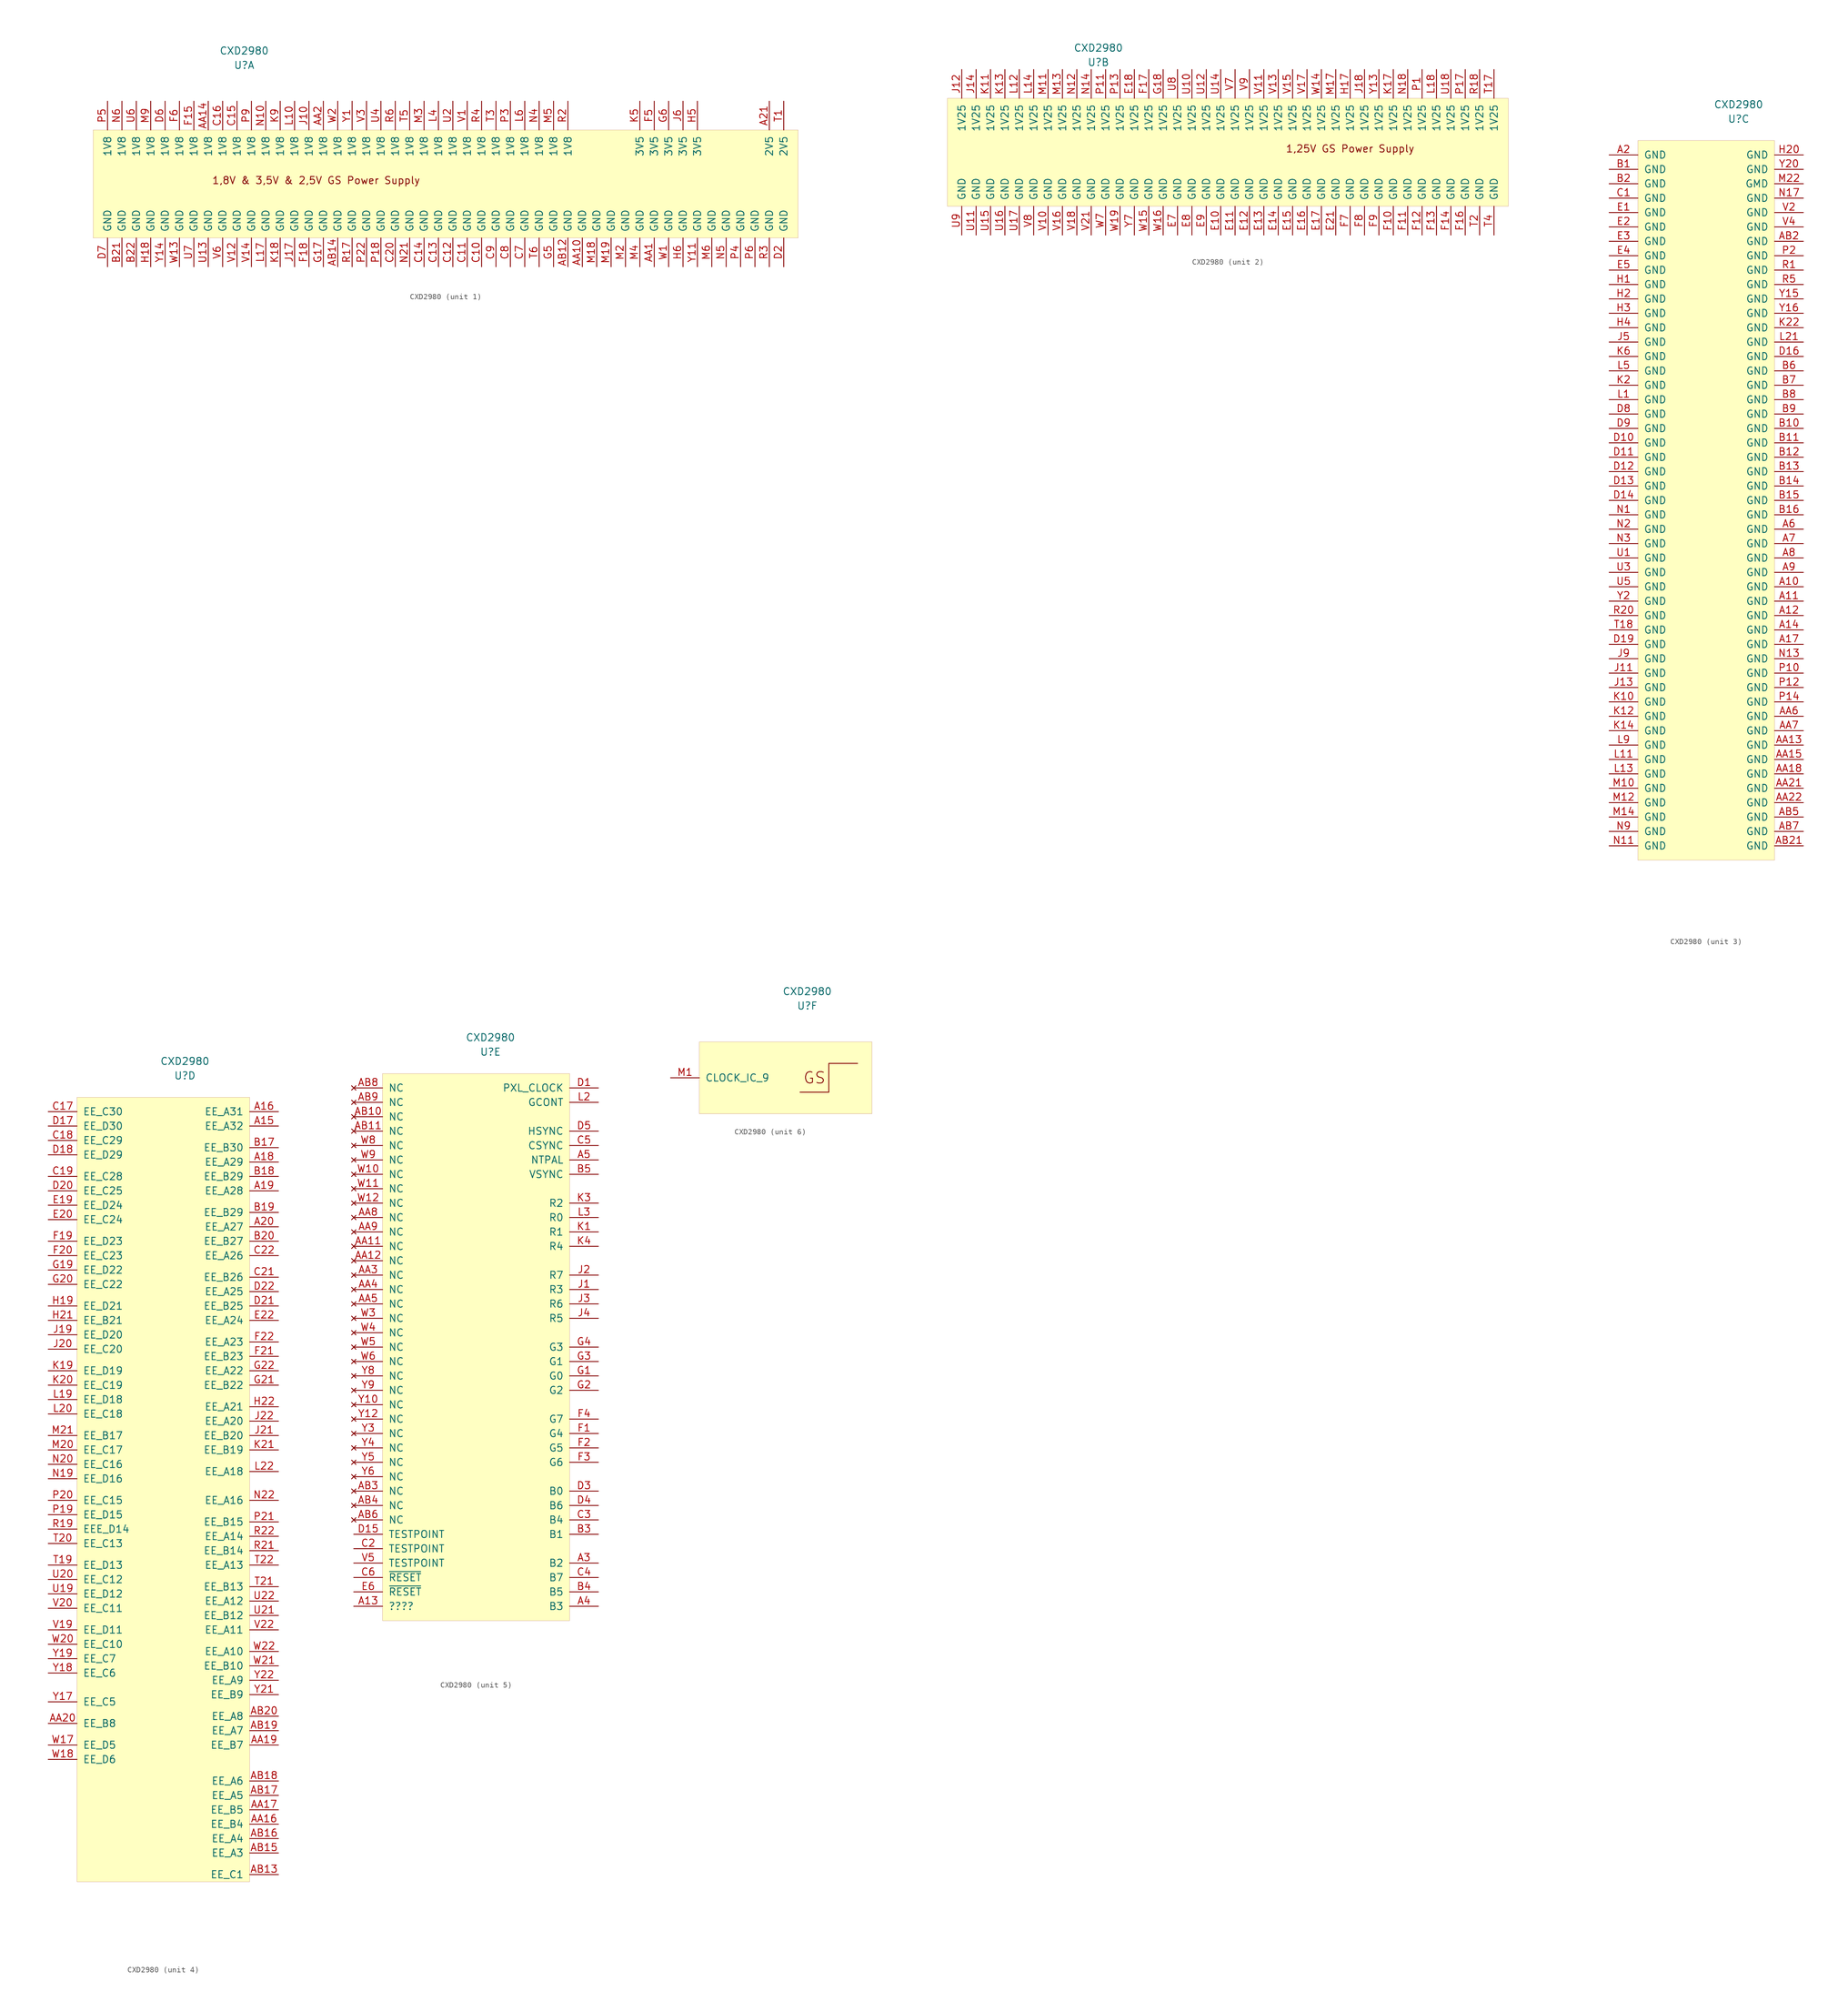
<source format=kicad_sym>
(kicad_symbol_lib
  (version 20220914)
  (generator kicad_symbol_editor)
  (symbol "CXD2980"
    (pin_names
      (offset 1.016))
    (property "Reference" "U"
      (at 24.13 6.35 0)
      (effects (font (size 1.27 1.27))))
    (property "Value" "CXD2980"
      (at 24.13 8.89 0)
      (effects (font (size 1.27 1.27))))
    (property "ki_locked" ""
      (at 0 0 0)
      (effects (font (size 1.27 1.27))))
    (symbol "CXD2980_1_0"
      (rectangle (start -2.54 -5.08) (end 121.92 -24.13) (stroke (width 0.001) (type default)) (fill (type background)))
      (text "1,8V & 3,5V & 2,5V GS Power Supply" (at 36.83 -13.97 0) (effects (font (size 1.27 1.27))))
      (pin passive line (at 116.84 0 270) (length 5.08) (name "2V5" (effects (font (size 1.27 1.27)))) (number "A21" (effects (font (size 1.27 1.27)))))
      (pin passive line (at 96.52 -29.21 90) (length 5.08) (name "GND" (effects (font (size 1.27 1.27)))) (number "AA1" (effects (font (size 1.27 1.27)))))
      (pin passive line (at 83.82 -29.21 90) (length 5.08) (name "GND" (effects (font (size 1.27 1.27)))) (number "AA10" (effects (font (size 1.27 1.27)))))
      (pin passive line (at 17.78 0 270) (length 5.08) (name "1V8" (effects (font (size 1.27 1.27)))) (number "AA14" (effects (font (size 1.27 1.27)))))
      (pin passive line (at 38.1 0 270) (length 5.08) (name "1V8" (effects (font (size 1.27 1.27)))) (number "AA2" (effects (font (size 1.27 1.27)))))
      (pin passive line (at 81.28 -29.21 90) (length 5.08) (name "GND" (effects (font (size 1.27 1.27)))) (number "AB12" (effects (font (size 1.27 1.27)))))
      (pin passive line (at 40.64 -29.21 90) (length 5.08) (name "GND" (effects (font (size 1.27 1.27)))) (number "AB14" (effects (font (size 1.27 1.27)))))
      (pin passive line (at 2.54 -29.21 90) (length 5.08) (name "GND" (effects (font (size 1.27 1.27)))) (number "B21" (effects (font (size 1.27 1.27)))))
      (pin passive line (at 5.08 -29.21 90) (length 5.08) (name "GND" (effects (font (size 1.27 1.27)))) (number "B22" (effects (font (size 1.27 1.27)))))
      (pin passive line (at 66.04 -29.21 90) (length 5.08) (name "GND" (effects (font (size 1.27 1.27)))) (number "C10" (effects (font (size 1.27 1.27)))))
      (pin passive line (at 63.5 -29.21 90) (length 5.08) (name "GND" (effects (font (size 1.27 1.27)))) (number "C11" (effects (font (size 1.27 1.27)))))
      (pin passive line (at 60.96 -29.21 90) (length 5.08) (name "GND" (effects (font (size 1.27 1.27)))) (number "C12" (effects (font (size 1.27 1.27)))))
      (pin passive line (at 58.42 -29.21 90) (length 5.08) (name "GND" (effects (font (size 1.27 1.27)))) (number "C13" (effects (font (size 1.27 1.27)))))
      (pin passive line (at 55.88 -29.21 90) (length 5.08) (name "GND" (effects (font (size 1.27 1.27)))) (number "C14" (effects (font (size 1.27 1.27)))))
      (pin passive line (at 22.86 0 270) (length 5.08) (name "1V8" (effects (font (size 1.27 1.27)))) (number "C15" (effects (font (size 1.27 1.27)))))
      (pin passive line (at 20.32 0 270) (length 5.08) (name "1V8" (effects (font (size 1.27 1.27)))) (number "C16" (effects (font (size 1.27 1.27)))))
      (pin passive line (at 50.8 -29.21 90) (length 5.08) (name "GND" (effects (font (size 1.27 1.27)))) (number "C20" (effects (font (size 1.27 1.27)))))
      (pin passive line (at 73.66 -29.21 90) (length 5.08) (name "GND" (effects (font (size 1.27 1.27)))) (number "C7" (effects (font (size 1.27 1.27)))))
      (pin passive line (at 71.12 -29.21 90) (length 5.08) (name "GND" (effects (font (size 1.27 1.27)))) (number "C8" (effects (font (size 1.27 1.27)))))
      (pin passive line (at 68.58 -29.21 90) (length 5.08) (name "GND" (effects (font (size 1.27 1.27)))) (number "C9" (effects (font (size 1.27 1.27)))))
      (pin passive line (at 119.38 -29.21 90) (length 5.08) (name "GND" (effects (font (size 1.27 1.27)))) (number "D2" (effects (font (size 1.27 1.27)))))
      (pin passive line (at 10.16 0 270) (length 5.08) (name "1V8" (effects (font (size 1.27 1.27)))) (number "D6" (effects (font (size 1.27 1.27)))))
      (pin passive line (at 0 -29.21 90) (length 5.08) (name "GND" (effects (font (size 1.27 1.27)))) (number "D7" (effects (font (size 1.27 1.27)))))
      (pin passive line (at 15.24 0 270) (length 5.08) (name "1V8" (effects (font (size 1.27 1.27)))) (number "F15" (effects (font (size 1.27 1.27)))))
      (pin passive line (at 35.56 -29.21 90) (length 5.08) (name "GND" (effects (font (size 1.27 1.27)))) (number "F18" (effects (font (size 1.27 1.27)))))
      (pin passive line (at 96.52 0 270) (length 5.08) (name "3V5" (effects (font (size 1.27 1.27)))) (number "F5" (effects (font (size 1.27 1.27)))))
      (pin passive line (at 12.7 0 270) (length 5.08) (name "1V8" (effects (font (size 1.27 1.27)))) (number "F6" (effects (font (size 1.27 1.27)))))
      (pin passive line (at 38.1 -29.21 90) (length 5.08) (name "GND" (effects (font (size 1.27 1.27)))) (number "G17" (effects (font (size 1.27 1.27)))))
      (pin passive line (at 78.74 -29.21 90) (length 5.08) (name "GND" (effects (font (size 1.27 1.27)))) (number "G5" (effects (font (size 1.27 1.27)))))
      (pin passive line (at 99.06 0 270) (length 5.08) (name "3V5" (effects (font (size 1.27 1.27)))) (number "G6" (effects (font (size 1.27 1.27)))))
      (pin passive line (at 7.62 -29.21 90) (length 5.08) (name "GND" (effects (font (size 1.27 1.27)))) (number "H18" (effects (font (size 1.27 1.27)))))
      (pin passive line (at 104.14 0 270) (length 5.08) (name "3V5" (effects (font (size 1.27 1.27)))) (number "H5" (effects (font (size 1.27 1.27)))))
      (pin passive line (at 101.6 -29.21 90) (length 5.08) (name "GND" (effects (font (size 1.27 1.27)))) (number "H6" (effects (font (size 1.27 1.27)))))
      (pin passive line (at 35.56 0 270) (length 5.08) (name "1V8" (effects (font (size 1.27 1.27)))) (number "J10" (effects (font (size 1.27 1.27)))))
      (pin passive line (at 33.02 -29.21 90) (length 5.08) (name "GND" (effects (font (size 1.27 1.27)))) (number "J17" (effects (font (size 1.27 1.27)))))
      (pin passive line (at 101.6 0 270) (length 5.08) (name "3V5" (effects (font (size 1.27 1.27)))) (number "J6" (effects (font (size 1.27 1.27)))))
      (pin passive line (at 30.48 -29.21 90) (length 5.08) (name "GND" (effects (font (size 1.27 1.27)))) (number "K18" (effects (font (size 1.27 1.27)))))
      (pin passive line (at 93.98 0 270) (length 5.08) (name "3V5" (effects (font (size 1.27 1.27)))) (number "K5" (effects (font (size 1.27 1.27)))))
      (pin passive line (at 30.48 0 270) (length 5.08) (name "1V8" (effects (font (size 1.27 1.27)))) (number "K9" (effects (font (size 1.27 1.27)))))
      (pin passive line (at 33.02 0 270) (length 5.08) (name "1V8" (effects (font (size 1.27 1.27)))) (number "L10" (effects (font (size 1.27 1.27)))))
      (pin passive line (at 27.94 -29.21 90) (length 5.08) (name "GND" (effects (font (size 1.27 1.27)))) (number "L17" (effects (font (size 1.27 1.27)))))
      (pin passive line (at 58.42 0 270) (length 5.08) (name "1V8" (effects (font (size 1.27 1.27)))) (number "L4" (effects (font (size 1.27 1.27)))))
      (pin passive line (at 73.66 0 270) (length 5.08) (name "1V8" (effects (font (size 1.27 1.27)))) (number "L6" (effects (font (size 1.27 1.27)))))
      (pin passive line (at 86.36 -29.21 90) (length 5.08) (name "GND" (effects (font (size 1.27 1.27)))) (number "M18" (effects (font (size 1.27 1.27)))))
      (pin passive line (at 88.9 -29.21 90) (length 5.08) (name "GND" (effects (font (size 1.27 1.27)))) (number "M19" (effects (font (size 1.27 1.27)))))
      (pin passive line (at 91.44 -29.21 90) (length 5.08) (name "GND" (effects (font (size 1.27 1.27)))) (number "M2" (effects (font (size 1.27 1.27)))))
      (pin passive line (at 55.88 0 270) (length 5.08) (name "1V8" (effects (font (size 1.27 1.27)))) (number "M3" (effects (font (size 1.27 1.27)))))
      (pin passive line (at 93.98 -29.21 90) (length 5.08) (name "GND" (effects (font (size 1.27 1.27)))) (number "M4" (effects (font (size 1.27 1.27)))))
      (pin passive line (at 78.74 0 270) (length 5.08) (name "1V8" (effects (font (size 1.27 1.27)))) (number "M5" (effects (font (size 1.27 1.27)))))
      (pin passive line (at 106.68 -29.21 90) (length 5.08) (name "GND" (effects (font (size 1.27 1.27)))) (number "M6" (effects (font (size 1.27 1.27)))))
      (pin passive line (at 7.62 0 270) (length 5.08) (name "1V8" (effects (font (size 1.27 1.27)))) (number "M9" (effects (font (size 1.27 1.27)))))
      (pin passive line (at 27.94 0 270) (length 5.08) (name "1V8" (effects (font (size 1.27 1.27)))) (number "N10" (effects (font (size 1.27 1.27)))))
      (pin passive line (at 53.34 -29.21 90) (length 5.08) (name "GND" (effects (font (size 1.27 1.27)))) (number "N21" (effects (font (size 1.27 1.27)))))
      (pin passive line (at 76.2 0 270) (length 5.08) (name "1V8" (effects (font (size 1.27 1.27)))) (number "N4" (effects (font (size 1.27 1.27)))))
      (pin passive line (at 109.22 -29.21 90) (length 5.08) (name "GND" (effects (font (size 1.27 1.27)))) (number "N5" (effects (font (size 1.27 1.27)))))
      (pin passive line (at 2.54 0 270) (length 5.08) (name "1V8" (effects (font (size 1.27 1.27)))) (number "N6" (effects (font (size 1.27 1.27)))))
      (pin passive line (at 48.26 -29.21 90) (length 5.08) (name "GND" (effects (font (size 1.27 1.27)))) (number "P18" (effects (font (size 1.27 1.27)))))
      (pin passive line (at 45.72 -29.21 90) (length 5.08) (name "GND" (effects (font (size 1.27 1.27)))) (number "P22" (effects (font (size 1.27 1.27)))))
      (pin passive line (at 71.12 0 270) (length 5.08) (name "1V8" (effects (font (size 1.27 1.27)))) (number "P3" (effects (font (size 1.27 1.27)))))
      (pin passive line (at 111.76 -29.21 90) (length 5.08) (name "GND" (effects (font (size 1.27 1.27)))) (number "P4" (effects (font (size 1.27 1.27)))))
      (pin passive line (at 0 0 270) (length 5.08) (name "1V8" (effects (font (size 1.27 1.27)))) (number "P5" (effects (font (size 1.27 1.27)))))
      (pin passive line (at 114.3 -29.21 90) (length 5.08) (name "GND" (effects (font (size 1.27 1.27)))) (number "P6" (effects (font (size 1.27 1.27)))))
      (pin passive line (at 25.4 0 270) (length 5.08) (name "1V8" (effects (font (size 1.27 1.27)))) (number "P9" (effects (font (size 1.27 1.27)))))
      (pin passive line (at 43.18 -29.21 90) (length 5.08) (name "GND" (effects (font (size 1.27 1.27)))) (number "R17" (effects (font (size 1.27 1.27)))))
      (pin passive line (at 81.28 0 270) (length 5.08) (name "1V8" (effects (font (size 1.27 1.27)))) (number "R2" (effects (font (size 1.27 1.27)))))
      (pin passive line (at 116.84 -29.21 90) (length 5.08) (name "GND" (effects (font (size 1.27 1.27)))) (number "R3" (effects (font (size 1.27 1.27)))))
      (pin passive line (at 66.04 0 270) (length 5.08) (name "1V8" (effects (font (size 1.27 1.27)))) (number "R4" (effects (font (size 1.27 1.27)))))
      (pin passive line (at 50.8 0 270) (length 5.08) (name "1V8" (effects (font (size 1.27 1.27)))) (number "R6" (effects (font (size 1.27 1.27)))))
      (pin passive line (at 119.38 0 270) (length 5.08) (name "2V5" (effects (font (size 1.27 1.27)))) (number "T1" (effects (font (size 1.27 1.27)))))
      (pin passive line (at 68.58 0 270) (length 5.08) (name "1V8" (effects (font (size 1.27 1.27)))) (number "T3" (effects (font (size 1.27 1.27)))))
      (pin passive line (at 53.34 0 270) (length 5.08) (name "1V8" (effects (font (size 1.27 1.27)))) (number "T5" (effects (font (size 1.27 1.27)))))
      (pin passive line (at 76.2 -29.21 90) (length 5.08) (name "GND" (effects (font (size 1.27 1.27)))) (number "T6" (effects (font (size 1.27 1.27)))))
      (pin passive line (at 17.78 -29.21 90) (length 5.08) (name "GND" (effects (font (size 1.27 1.27)))) (number "U13" (effects (font (size 1.27 1.27)))))
      (pin passive line (at 60.96 0 270) (length 5.08) (name "1V8" (effects (font (size 1.27 1.27)))) (number "U2" (effects (font (size 1.27 1.27)))))
      (pin passive line (at 48.26 0 270) (length 5.08) (name "1V8" (effects (font (size 1.27 1.27)))) (number "U4" (effects (font (size 1.27 1.27)))))
      (pin passive line (at 5.08 0 270) (length 5.08) (name "1V8" (effects (font (size 1.27 1.27)))) (number "U6" (effects (font (size 1.27 1.27)))))
      (pin passive line (at 15.24 -29.21 90) (length 5.08) (name "GND" (effects (font (size 1.27 1.27)))) (number "U7" (effects (font (size 1.27 1.27)))))
      (pin passive line (at 63.5 0 270) (length 5.08) (name "1V8" (effects (font (size 1.27 1.27)))) (number "V1" (effects (font (size 1.27 1.27)))))
      (pin passive line (at 22.86 -29.21 90) (length 5.08) (name "GND" (effects (font (size 1.27 1.27)))) (number "V12" (effects (font (size 1.27 1.27)))))
      (pin passive line (at 25.4 -29.21 90) (length 5.08) (name "GND" (effects (font (size 1.27 1.27)))) (number "V14" (effects (font (size 1.27 1.27)))))
      (pin passive line (at 45.72 0 270) (length 5.08) (name "1V8" (effects (font (size 1.27 1.27)))) (number "V3" (effects (font (size 1.27 1.27)))))
      (pin passive line (at 20.32 -29.21 90) (length 5.08) (name "GND" (effects (font (size 1.27 1.27)))) (number "V6" (effects (font (size 1.27 1.27)))))
      (pin passive line (at 99.06 -29.21 90) (length 5.08) (name "GND" (effects (font (size 1.27 1.27)))) (number "W1" (effects (font (size 1.27 1.27)))))
      (pin passive line (at 12.7 -29.21 90) (length 5.08) (name "GND" (effects (font (size 1.27 1.27)))) (number "W13" (effects (font (size 1.27 1.27)))))
      (pin passive line (at 40.64 0 270) (length 5.08) (name "1V8" (effects (font (size 1.27 1.27)))) (number "W2" (effects (font (size 1.27 1.27)))))
      (pin passive line (at 43.18 0 270) (length 5.08) (name "1V8" (effects (font (size 1.27 1.27)))) (number "Y1" (effects (font (size 1.27 1.27)))))
      (pin passive line (at 104.14 -29.21 90) (length 5.08) (name "GND" (effects (font (size 1.27 1.27)))) (number "Y11" (effects (font (size 1.27 1.27)))))
      (pin passive line (at 10.16 -29.21 90) (length 5.08) (name "GND" (effects (font (size 1.27 1.27)))) (number "Y14" (effects (font (size 1.27 1.27))))))
    (symbol "CXD2980_2_0"
      (text "1,25V GS Power Supply" (at 68.58 -8.89 0) (effects (font (size 1.27 1.27))))
      (pin passive line (at 45.72 -24.13 90) (length 5.08) (name "GND" (effects (font (size 1.27 1.27)))) (number "E10" (effects (font (size 1.27 1.27)))))
      (pin passive line (at 48.26 -24.13 90) (length 5.08) (name "GND" (effects (font (size 1.27 1.27)))) (number "E11" (effects (font (size 1.27 1.27)))))
      (pin passive line (at 50.8 -24.13 90) (length 5.08) (name "GND" (effects (font (size 1.27 1.27)))) (number "E12" (effects (font (size 1.27 1.27)))))
      (pin passive line (at 53.34 -24.13 90) (length 5.08) (name "GND" (effects (font (size 1.27 1.27)))) (number "E13" (effects (font (size 1.27 1.27)))))
      (pin passive line (at 55.88 -24.13 90) (length 5.08) (name "GND" (effects (font (size 1.27 1.27)))) (number "E14" (effects (font (size 1.27 1.27)))))
      (pin passive line (at 58.42 -24.13 90) (length 5.08) (name "GND" (effects (font (size 1.27 1.27)))) (number "E15" (effects (font (size 1.27 1.27)))))
      (pin passive line (at 60.96 -24.13 90) (length 5.08) (name "GND" (effects (font (size 1.27 1.27)))) (number "E16" (effects (font (size 1.27 1.27)))))
      (pin passive line (at 63.5 -24.13 90) (length 5.08) (name "GND" (effects (font (size 1.27 1.27)))) (number "E17" (effects (font (size 1.27 1.27)))))
      (pin passive line (at 30.48 5.08 270) (length 5.08) (name "1V25" (effects (font (size 1.27 1.27)))) (number "E18" (effects (font (size 1.27 1.27)))))
      (pin passive line (at 66.04 -24.13 90) (length 5.08) (name "GND" (effects (font (size 1.27 1.27)))) (number "E21" (effects (font (size 1.27 1.27)))))
      (pin passive line (at 38.1 -24.13 90) (length 5.08) (name "GND" (effects (font (size 1.27 1.27)))) (number "E7" (effects (font (size 1.27 1.27)))))
      (pin passive line (at 40.64 -24.13 90) (length 5.08) (name "GND" (effects (font (size 1.27 1.27)))) (number "E8" (effects (font (size 1.27 1.27)))))
      (pin passive line (at 43.18 -24.13 90) (length 5.08) (name "GND" (effects (font (size 1.27 1.27)))) (number "E9" (effects (font (size 1.27 1.27)))))
      (pin passive line (at 76.2 -24.13 90) (length 5.08) (name "GND" (effects (font (size 1.27 1.27)))) (number "F10" (effects (font (size 1.27 1.27)))))
      (pin passive line (at 78.74 -24.13 90) (length 5.08) (name "GND" (effects (font (size 1.27 1.27)))) (number "F11" (effects (font (size 1.27 1.27)))))
      (pin passive line (at 81.28 -24.13 90) (length 5.08) (name "GND" (effects (font (size 1.27 1.27)))) (number "F12" (effects (font (size 1.27 1.27)))))
      (pin passive line (at 83.82 -24.13 90) (length 5.08) (name "GND" (effects (font (size 1.27 1.27)))) (number "F13" (effects (font (size 1.27 1.27)))))
      (pin passive line (at 86.36 -24.13 90) (length 5.08) (name "GND" (effects (font (size 1.27 1.27)))) (number "F14" (effects (font (size 1.27 1.27)))))
      (pin passive line (at 88.9 -24.13 90) (length 5.08) (name "GND" (effects (font (size 1.27 1.27)))) (number "F16" (effects (font (size 1.27 1.27)))))
      (pin passive line (at 33.02 5.08 270) (length 5.08) (name "1V25" (effects (font (size 1.27 1.27)))) (number "F17" (effects (font (size 1.27 1.27)))))
      (pin passive line (at 68.58 -24.13 90) (length 5.08) (name "GND" (effects (font (size 1.27 1.27)))) (number "F7" (effects (font (size 1.27 1.27)))))
      (pin passive line (at 71.12 -24.13 90) (length 5.08) (name "GND" (effects (font (size 1.27 1.27)))) (number "F8" (effects (font (size 1.27 1.27)))))
      (pin passive line (at 73.66 -24.13 90) (length 5.08) (name "GND" (effects (font (size 1.27 1.27)))) (number "F9" (effects (font (size 1.27 1.27)))))
      (pin passive line (at 35.56 5.08 270) (length 5.08) (name "1V25" (effects (font (size 1.27 1.27)))) (number "G18" (effects (font (size 1.27 1.27)))))
      (pin passive line (at 68.58 5.08 270) (length 5.08) (name "1V25" (effects (font (size 1.27 1.27)))) (number "H17" (effects (font (size 1.27 1.27)))))
      (pin passive line (at 0 5.08 270) (length 5.08) (name "1V25" (effects (font (size 1.27 1.27)))) (number "J12" (effects (font (size 1.27 1.27)))))
      (pin passive line (at 2.54 5.08 270) (length 5.08) (name "1V25" (effects (font (size 1.27 1.27)))) (number "J14" (effects (font (size 1.27 1.27)))))
      (pin passive line (at 71.12 5.08 270) (length 5.08) (name "1V25" (effects (font (size 1.27 1.27)))) (number "J18" (effects (font (size 1.27 1.27)))))
      (pin passive line (at 5.08 5.08 270) (length 5.08) (name "1V25" (effects (font (size 1.27 1.27)))) (number "K11" (effects (font (size 1.27 1.27)))))
      (pin passive line (at 7.62 5.08 270) (length 5.08) (name "1V25" (effects (font (size 1.27 1.27)))) (number "K13" (effects (font (size 1.27 1.27)))))
      (pin passive line (at 76.2 5.08 270) (length 5.08) (name "1V25" (effects (font (size 1.27 1.27)))) (number "K17" (effects (font (size 1.27 1.27)))))
      (pin passive line (at 10.16 5.08 270) (length 5.08) (name "1V25" (effects (font (size 1.27 1.27)))) (number "L12" (effects (font (size 1.27 1.27)))))
      (pin passive line (at 12.7 5.08 270) (length 5.08) (name "1V25" (effects (font (size 1.27 1.27)))) (number "L14" (effects (font (size 1.27 1.27)))))
      (pin passive line (at 83.82 5.08 270) (length 5.08) (name "1V25" (effects (font (size 1.27 1.27)))) (number "L18" (effects (font (size 1.27 1.27)))))
      (pin passive line (at 15.24 5.08 270) (length 5.08) (name "1V25" (effects (font (size 1.27 1.27)))) (number "M11" (effects (font (size 1.27 1.27)))))
      (pin passive line (at 17.78 5.08 270) (length 5.08) (name "1V25" (effects (font (size 1.27 1.27)))) (number "M13" (effects (font (size 1.27 1.27)))))
      (pin passive line (at 66.04 5.08 270) (length 5.08) (name "1V25" (effects (font (size 1.27 1.27)))) (number "M17" (effects (font (size 1.27 1.27)))))
      (pin passive line (at 20.32 5.08 270) (length 5.08) (name "1V25" (effects (font (size 1.27 1.27)))) (number "N12" (effects (font (size 1.27 1.27)))))
      (pin passive line (at 22.86 5.08 270) (length 5.08) (name "1V25" (effects (font (size 1.27 1.27)))) (number "N14" (effects (font (size 1.27 1.27)))))
      (pin passive line (at 78.74 5.08 270) (length 5.08) (name "1V25" (effects (font (size 1.27 1.27)))) (number "N18" (effects (font (size 1.27 1.27)))))
      (pin passive line (at 81.28 5.08 270) (length 5.08) (name "1V25" (effects (font (size 1.27 1.27)))) (number "P1" (effects (font (size 1.27 1.27)))))
      (pin passive line (at 25.4 5.08 270) (length 5.08) (name "1V25" (effects (font (size 1.27 1.27)))) (number "P11" (effects (font (size 1.27 1.27)))))
      (pin passive line (at 27.94 5.08 270) (length 5.08) (name "1V25" (effects (font (size 1.27 1.27)))) (number "P13" (effects (font (size 1.27 1.27)))))
      (pin passive line (at 88.9 5.08 270) (length 5.08) (name "1V25" (effects (font (size 1.27 1.27)))) (number "P17" (effects (font (size 1.27 1.27)))))
      (pin passive line (at 91.44 5.08 270) (length 5.08) (name "1V25" (effects (font (size 1.27 1.27)))) (number "R18" (effects (font (size 1.27 1.27)))))
      (pin passive line (at 93.98 5.08 270) (length 5.08) (name "1V25" (effects (font (size 1.27 1.27)))) (number "T17" (effects (font (size 1.27 1.27)))))
      (pin passive line (at 91.44 -24.13 90) (length 5.08) (name "GND" (effects (font (size 1.27 1.27)))) (number "T2" (effects (font (size 1.27 1.27)))))
      (pin passive line (at 93.98 -24.13 90) (length 5.08) (name "GND" (effects (font (size 1.27 1.27)))) (number "T4" (effects (font (size 1.27 1.27)))))
      (pin passive line (at 40.64 5.08 270) (length 5.08) (name "1V25" (effects (font (size 1.27 1.27)))) (number "U10" (effects (font (size 1.27 1.27)))))
      (pin passive line (at 2.54 -24.13 90) (length 5.08) (name "GND" (effects (font (size 1.27 1.27)))) (number "U11" (effects (font (size 1.27 1.27)))))
      (pin passive line (at 43.18 5.08 270) (length 5.08) (name "1V25" (effects (font (size 1.27 1.27)))) (number "U12" (effects (font (size 1.27 1.27)))))
      (pin passive line (at 45.72 5.08 270) (length 5.08) (name "1V25" (effects (font (size 1.27 1.27)))) (number "U14" (effects (font (size 1.27 1.27)))))
      (pin passive line (at 5.08 -24.13 90) (length 5.08) (name "GND" (effects (font (size 1.27 1.27)))) (number "U15" (effects (font (size 1.27 1.27)))))
      (pin passive line (at 7.62 -24.13 90) (length 5.08) (name "GND" (effects (font (size 1.27 1.27)))) (number "U16" (effects (font (size 1.27 1.27)))))
      (pin passive line (at 10.16 -24.13 90) (length 5.08) (name "GND" (effects (font (size 1.27 1.27)))) (number "U17" (effects (font (size 1.27 1.27)))))
      (pin passive line (at 86.36 5.08 270) (length 5.08) (name "1V25" (effects (font (size 1.27 1.27)))) (number "U18" (effects (font (size 1.27 1.27)))))
      (pin passive line (at 38.1 5.08 270) (length 5.08) (name "1V25" (effects (font (size 1.27 1.27)))) (number "U8" (effects (font (size 1.27 1.27)))))
      (pin passive line (at 0 -24.13 90) (length 5.08) (name "GND" (effects (font (size 1.27 1.27)))) (number "U9" (effects (font (size 1.27 1.27)))))
      (pin passive line (at 15.24 -24.13 90) (length 5.08) (name "GND" (effects (font (size 1.27 1.27)))) (number "V10" (effects (font (size 1.27 1.27)))))
      (pin passive line (at 53.34 5.08 270) (length 5.08) (name "1V25" (effects (font (size 1.27 1.27)))) (number "V11" (effects (font (size 1.27 1.27)))))
      (pin passive line (at 55.88 5.08 270) (length 5.08) (name "1V25" (effects (font (size 1.27 1.27)))) (number "V13" (effects (font (size 1.27 1.27)))))
      (pin passive line (at 58.42 5.08 270) (length 5.08) (name "1V25" (effects (font (size 1.27 1.27)))) (number "V15" (effects (font (size 1.27 1.27)))))
      (pin passive line (at 17.78 -24.13 90) (length 5.08) (name "GND" (effects (font (size 1.27 1.27)))) (number "V16" (effects (font (size 1.27 1.27)))))
      (pin passive line (at 60.96 5.08 270) (length 5.08) (name "1V25" (effects (font (size 1.27 1.27)))) (number "V17" (effects (font (size 1.27 1.27)))))
      (pin passive line (at 20.32 -24.13 90) (length 5.08) (name "GND" (effects (font (size 1.27 1.27)))) (number "V18" (effects (font (size 1.27 1.27)))))
      (pin passive line (at 22.86 -24.13 90) (length 5.08) (name "GND" (effects (font (size 1.27 1.27)))) (number "V21" (effects (font (size 1.27 1.27)))))
      (pin passive line (at 48.26 5.08 270) (length 5.08) (name "1V25" (effects (font (size 1.27 1.27)))) (number "V7" (effects (font (size 1.27 1.27)))))
      (pin passive line (at 12.7 -24.13 90) (length 5.08) (name "GND" (effects (font (size 1.27 1.27)))) (number "V8" (effects (font (size 1.27 1.27)))))
      (pin passive line (at 50.8 5.08 270) (length 5.08) (name "1V25" (effects (font (size 1.27 1.27)))) (number "V9" (effects (font (size 1.27 1.27)))))
      (pin passive line (at 63.5 5.08 270) (length 5.08) (name "1V25" (effects (font (size 1.27 1.27)))) (number "W14" (effects (font (size 1.27 1.27)))))
      (pin passive line (at 33.02 -24.13 90) (length 5.08) (name "GND" (effects (font (size 1.27 1.27)))) (number "W15" (effects (font (size 1.27 1.27)))))
      (pin passive line (at 35.56 -24.13 90) (length 5.08) (name "GND" (effects (font (size 1.27 1.27)))) (number "W16" (effects (font (size 1.27 1.27)))))
      (pin passive line (at 27.94 -24.13 90) (length 5.08) (name "GND" (effects (font (size 1.27 1.27)))) (number "W19" (effects (font (size 1.27 1.27)))))
      (pin passive line (at 25.4 -24.13 90) (length 5.08) (name "GND" (effects (font (size 1.27 1.27)))) (number "W7" (effects (font (size 1.27 1.27)))))
      (pin passive line (at 73.66 5.08 270) (length 5.08) (name "1V25" (effects (font (size 1.27 1.27)))) (number "Y13" (effects (font (size 1.27 1.27)))))
      (pin passive line (at 30.48 -24.13 90) (length 5.08) (name "GND" (effects (font (size 1.27 1.27)))) (number "Y7" (effects (font (size 1.27 1.27))))))
    (symbol "CXD2980_2_1"
      (rectangle (start -2.54 0) (end 96.52 -19.05) (stroke (width 0.001) (type default)) (fill (type background))))
    (symbol "CXD2980_3_0"
      (pin passive line (at 35.56 -76.2 180) (length 5.08) (name "GND" (effects (font (size 1.27 1.27)))) (number "A10" (effects (font (size 1.27 1.27)))))
      (pin passive line (at 35.56 -78.74 180) (length 5.08) (name "GND" (effects (font (size 1.27 1.27)))) (number "A11" (effects (font (size 1.27 1.27)))))
      (pin passive line (at 35.56 -81.28 180) (length 5.08) (name "GND" (effects (font (size 1.27 1.27)))) (number "A12" (effects (font (size 1.27 1.27)))))
      (pin passive line (at 35.56 -83.82 180) (length 5.08) (name "GND" (effects (font (size 1.27 1.27)))) (number "A14" (effects (font (size 1.27 1.27)))))
      (pin passive line (at 35.56 -86.36 180) (length 5.08) (name "GND" (effects (font (size 1.27 1.27)))) (number "A17" (effects (font (size 1.27 1.27)))))
      (pin passive line (at 1.27 0 0) (length 5.08) (name "GND" (effects (font (size 1.27 1.27)))) (number "A2" (effects (font (size 1.27 1.27)))))
      (pin passive line (at 35.56 -66.04 180) (length 5.08) (name "GND" (effects (font (size 1.27 1.27)))) (number "A6" (effects (font (size 1.27 1.27)))))
      (pin passive line (at 35.56 -68.58 180) (length 5.08) (name "GND" (effects (font (size 1.27 1.27)))) (number "A7" (effects (font (size 1.27 1.27)))))
      (pin passive line (at 35.56 -71.12 180) (length 5.08) (name "GND" (effects (font (size 1.27 1.27)))) (number "A8" (effects (font (size 1.27 1.27)))))
      (pin passive line (at 35.56 -73.66 180) (length 5.08) (name "GND" (effects (font (size 1.27 1.27)))) (number "A9" (effects (font (size 1.27 1.27)))))
      (pin passive line (at 35.56 -104.14 180) (length 5.08) (name "GND" (effects (font (size 1.27 1.27)))) (number "AA13" (effects (font (size 1.27 1.27)))))
      (pin passive line (at 35.56 -106.68 180) (length 5.08) (name "GND" (effects (font (size 1.27 1.27)))) (number "AA15" (effects (font (size 1.27 1.27)))))
      (pin passive line (at 35.56 -109.22 180) (length 5.08) (name "GND" (effects (font (size 1.27 1.27)))) (number "AA18" (effects (font (size 1.27 1.27)))))
      (pin passive line (at 35.56 -111.76 180) (length 5.08) (name "GND" (effects (font (size 1.27 1.27)))) (number "AA21" (effects (font (size 1.27 1.27)))))
      (pin passive line (at 35.56 -114.3 180) (length 5.08) (name "GND" (effects (font (size 1.27 1.27)))) (number "AA22" (effects (font (size 1.27 1.27)))))
      (pin passive line (at 35.56 -99.06 180) (length 5.08) (name "GND" (effects (font (size 1.27 1.27)))) (number "AA6" (effects (font (size 1.27 1.27)))))
      (pin passive line (at 35.56 -101.6 180) (length 5.08) (name "GND" (effects (font (size 1.27 1.27)))) (number "AA7" (effects (font (size 1.27 1.27)))))
      (pin passive line (at 35.56 -15.24 180) (length 5.08) (name "GND" (effects (font (size 1.27 1.27)))) (number "AB2" (effects (font (size 1.27 1.27)))))
      (pin passive line (at 35.56 -121.92 180) (length 5.08) (name "GND" (effects (font (size 1.27 1.27)))) (number "AB21" (effects (font (size 1.27 1.27)))))
      (pin passive line (at 35.56 -116.84 180) (length 5.08) (name "GND" (effects (font (size 1.27 1.27)))) (number "AB5" (effects (font (size 1.27 1.27)))))
      (pin passive line (at 35.56 -119.38 180) (length 5.08) (name "GND" (effects (font (size 1.27 1.27)))) (number "AB7" (effects (font (size 1.27 1.27)))))
      (pin passive line (at 1.27 -2.54 0) (length 5.08) (name "GND" (effects (font (size 1.27 1.27)))) (number "B1" (effects (font (size 1.27 1.27)))))
      (pin passive line (at 35.56 -48.26 180) (length 5.08) (name "GND" (effects (font (size 1.27 1.27)))) (number "B10" (effects (font (size 1.27 1.27)))))
      (pin passive line (at 35.56 -50.8 180) (length 5.08) (name "GND" (effects (font (size 1.27 1.27)))) (number "B11" (effects (font (size 1.27 1.27)))))
      (pin passive line (at 35.56 -53.34 180) (length 5.08) (name "GND" (effects (font (size 1.27 1.27)))) (number "B12" (effects (font (size 1.27 1.27)))))
      (pin passive line (at 35.56 -55.88 180) (length 5.08) (name "GND" (effects (font (size 1.27 1.27)))) (number "B13" (effects (font (size 1.27 1.27)))))
      (pin passive line (at 35.56 -58.42 180) (length 5.08) (name "GND" (effects (font (size 1.27 1.27)))) (number "B14" (effects (font (size 1.27 1.27)))))
      (pin passive line (at 35.56 -60.96 180) (length 5.08) (name "GND" (effects (font (size 1.27 1.27)))) (number "B15" (effects (font (size 1.27 1.27)))))
      (pin passive line (at 35.56 -63.5 180) (length 5.08) (name "GND" (effects (font (size 1.27 1.27)))) (number "B16" (effects (font (size 1.27 1.27)))))
      (pin passive line (at 1.27 -5.08 0) (length 5.08) (name "GND" (effects (font (size 1.27 1.27)))) (number "B2" (effects (font (size 1.27 1.27)))))
      (pin passive line (at 35.56 -38.1 180) (length 5.08) (name "GND" (effects (font (size 1.27 1.27)))) (number "B6" (effects (font (size 1.27 1.27)))))
      (pin passive line (at 35.56 -40.64 180) (length 5.08) (name "GND" (effects (font (size 1.27 1.27)))) (number "B7" (effects (font (size 1.27 1.27)))))
      (pin passive line (at 35.56 -43.18 180) (length 5.08) (name "GND" (effects (font (size 1.27 1.27)))) (number "B8" (effects (font (size 1.27 1.27)))))
      (pin passive line (at 35.56 -45.72 180) (length 5.08) (name "GND" (effects (font (size 1.27 1.27)))) (number "B9" (effects (font (size 1.27 1.27)))))
      (pin passive line (at 1.27 -7.62 0) (length 5.08) (name "GND" (effects (font (size 1.27 1.27)))) (number "C1" (effects (font (size 1.27 1.27)))))
      (pin passive line (at 1.27 -50.8 0) (length 5.08) (name "GND" (effects (font (size 1.27 1.27)))) (number "D10" (effects (font (size 1.27 1.27)))))
      (pin passive line (at 1.27 -53.34 0) (length 5.08) (name "GND" (effects (font (size 1.27 1.27)))) (number "D11" (effects (font (size 1.27 1.27)))))
      (pin passive line (at 1.27 -55.88 0) (length 5.08) (name "GND" (effects (font (size 1.27 1.27)))) (number "D12" (effects (font (size 1.27 1.27)))))
      (pin passive line (at 1.27 -58.42 0) (length 5.08) (name "GND" (effects (font (size 1.27 1.27)))) (number "D13" (effects (font (size 1.27 1.27)))))
      (pin passive line (at 1.27 -60.96 0) (length 5.08) (name "GND" (effects (font (size 1.27 1.27)))) (number "D14" (effects (font (size 1.27 1.27)))))
      (pin passive line (at 35.56 -35.56 180) (length 5.08) (name "GND" (effects (font (size 1.27 1.27)))) (number "D16" (effects (font (size 1.27 1.27)))))
      (pin passive line (at 1.27 -86.36 0) (length 5.08) (name "GND" (effects (font (size 1.27 1.27)))) (number "D19" (effects (font (size 1.27 1.27)))))
      (pin passive line (at 1.27 -45.72 0) (length 5.08) (name "GND" (effects (font (size 1.27 1.27)))) (number "D8" (effects (font (size 1.27 1.27)))))
      (pin passive line (at 1.27 -48.26 0) (length 5.08) (name "GND" (effects (font (size 1.27 1.27)))) (number "D9" (effects (font (size 1.27 1.27)))))
      (pin passive line (at 1.27 -10.16 0) (length 5.08) (name "GND" (effects (font (size 1.27 1.27)))) (number "E1" (effects (font (size 1.27 1.27)))))
      (pin passive line (at 1.27 -12.7 0) (length 5.08) (name "GND" (effects (font (size 1.27 1.27)))) (number "E2" (effects (font (size 1.27 1.27)))))
      (pin passive line (at 1.27 -15.24 0) (length 5.08) (name "GND" (effects (font (size 1.27 1.27)))) (number "E3" (effects (font (size 1.27 1.27)))))
      (pin passive line (at 1.27 -17.78 0) (length 5.08) (name "GND" (effects (font (size 1.27 1.27)))) (number "E4" (effects (font (size 1.27 1.27)))))
      (pin passive line (at 1.27 -20.32 0) (length 5.08) (name "GND" (effects (font (size 1.27 1.27)))) (number "E5" (effects (font (size 1.27 1.27)))))
      (pin passive line (at 1.27 -22.86 0) (length 5.08) (name "GND" (effects (font (size 1.27 1.27)))) (number "H1" (effects (font (size 1.27 1.27)))))
      (pin passive line (at 1.27 -25.4 0) (length 5.08) (name "GND" (effects (font (size 1.27 1.27)))) (number "H2" (effects (font (size 1.27 1.27)))))
      (pin passive line (at 35.56 0 180) (length 5.08) (name "GND" (effects (font (size 1.27 1.27)))) (number "H20" (effects (font (size 1.27 1.27)))))
      (pin passive line (at 1.27 -27.94 0) (length 5.08) (name "GND" (effects (font (size 1.27 1.27)))) (number "H3" (effects (font (size 1.27 1.27)))))
      (pin passive line (at 1.27 -30.48 0) (length 5.08) (name "GND" (effects (font (size 1.27 1.27)))) (number "H4" (effects (font (size 1.27 1.27)))))
      (pin passive line (at 1.27 -91.44 0) (length 5.08) (name "GND" (effects (font (size 1.27 1.27)))) (number "J11" (effects (font (size 1.27 1.27)))))
      (pin passive line (at 1.27 -93.98 0) (length 5.08) (name "GND" (effects (font (size 1.27 1.27)))) (number "J13" (effects (font (size 1.27 1.27)))))
      (pin passive line (at 1.27 -33.02 0) (length 5.08) (name "GND" (effects (font (size 1.27 1.27)))) (number "J5" (effects (font (size 1.27 1.27)))))
      (pin passive line (at 1.27 -88.9 0) (length 5.08) (name "GND" (effects (font (size 1.27 1.27)))) (number "J9" (effects (font (size 1.27 1.27)))))
      (pin passive line (at 1.27 -96.52 0) (length 5.08) (name "GND" (effects (font (size 1.27 1.27)))) (number "K10" (effects (font (size 1.27 1.27)))))
      (pin passive line (at 1.27 -99.06 0) (length 5.08) (name "GND" (effects (font (size 1.27 1.27)))) (number "K12" (effects (font (size 1.27 1.27)))))
      (pin passive line (at 1.27 -101.6 0) (length 5.08) (name "GND" (effects (font (size 1.27 1.27)))) (number "K14" (effects (font (size 1.27 1.27)))))
      (pin passive line (at 1.27 -40.64 0) (length 5.08) (name "GND" (effects (font (size 1.27 1.27)))) (number "K2" (effects (font (size 1.27 1.27)))))
      (pin passive line (at 35.56 -30.48 180) (length 5.08) (name "GND" (effects (font (size 1.27 1.27)))) (number "K22" (effects (font (size 1.27 1.27)))))
      (pin passive line (at 1.27 -35.56 0) (length 5.08) (name "GND" (effects (font (size 1.27 1.27)))) (number "K6" (effects (font (size 1.27 1.27)))))
      (pin passive line (at 1.27 -43.18 0) (length 5.08) (name "GND" (effects (font (size 1.27 1.27)))) (number "L1" (effects (font (size 1.27 1.27)))))
      (pin passive line (at 1.27 -106.68 0) (length 5.08) (name "GND" (effects (font (size 1.27 1.27)))) (number "L11" (effects (font (size 1.27 1.27)))))
      (pin passive line (at 1.27 -109.22 0) (length 5.08) (name "GND" (effects (font (size 1.27 1.27)))) (number "L13" (effects (font (size 1.27 1.27)))))
      (pin passive line (at 35.56 -33.02 180) (length 5.08) (name "GND" (effects (font (size 1.27 1.27)))) (number "L21" (effects (font (size 1.27 1.27)))))
      (pin passive line (at 1.27 -38.1 0) (length 5.08) (name "GND" (effects (font (size 1.27 1.27)))) (number "L5" (effects (font (size 1.27 1.27)))))
      (pin passive line (at 1.27 -104.14 0) (length 5.08) (name "GND" (effects (font (size 1.27 1.27)))) (number "L9" (effects (font (size 1.27 1.27)))))
      (pin passive line (at 1.27 -111.76 0) (length 5.08) (name "GND" (effects (font (size 1.27 1.27)))) (number "M10" (effects (font (size 1.27 1.27)))))
      (pin passive line (at 1.27 -114.3 0) (length 5.08) (name "GND" (effects (font (size 1.27 1.27)))) (number "M12" (effects (font (size 1.27 1.27)))))
      (pin passive line (at 1.27 -116.84 0) (length 5.08) (name "GND" (effects (font (size 1.27 1.27)))) (number "M14" (effects (font (size 1.27 1.27)))))
      (pin passive line (at 35.56 -5.08 180) (length 5.08) (name "GMD" (effects (font (size 1.27 1.27)))) (number "M22" (effects (font (size 1.27 1.27)))))
      (pin passive line (at 1.27 -63.5 0) (length 5.08) (name "GND" (effects (font (size 1.27 1.27)))) (number "N1" (effects (font (size 1.27 1.27)))))
      (pin passive line (at 1.27 -121.92 0) (length 5.08) (name "GND" (effects (font (size 1.27 1.27)))) (number "N11" (effects (font (size 1.27 1.27)))))
      (pin passive line (at 35.56 -88.9 180) (length 5.08) (name "GND" (effects (font (size 1.27 1.27)))) (number "N13" (effects (font (size 1.27 1.27)))))
      (pin passive line (at 35.56 -7.62 180) (length 5.08) (name "GND" (effects (font (size 1.27 1.27)))) (number "N17" (effects (font (size 1.27 1.27)))))
      (pin passive line (at 1.27 -66.04 0) (length 5.08) (name "GND" (effects (font (size 1.27 1.27)))) (number "N2" (effects (font (size 1.27 1.27)))))
      (pin passive line (at 1.27 -68.58 0) (length 5.08) (name "GND" (effects (font (size 1.27 1.27)))) (number "N3" (effects (font (size 1.27 1.27)))))
      (pin passive line (at 1.27 -119.38 0) (length 5.08) (name "GND" (effects (font (size 1.27 1.27)))) (number "N9" (effects (font (size 1.27 1.27)))))
      (pin passive line (at 35.56 -91.44 180) (length 5.08) (name "GND" (effects (font (size 1.27 1.27)))) (number "P10" (effects (font (size 1.27 1.27)))))
      (pin passive line (at 35.56 -93.98 180) (length 5.08) (name "GND" (effects (font (size 1.27 1.27)))) (number "P12" (effects (font (size 1.27 1.27)))))
      (pin passive line (at 35.56 -96.52 180) (length 5.08) (name "GND" (effects (font (size 1.27 1.27)))) (number "P14" (effects (font (size 1.27 1.27)))))
      (pin passive line (at 35.56 -17.78 180) (length 5.08) (name "GND" (effects (font (size 1.27 1.27)))) (number "P2" (effects (font (size 1.27 1.27)))))
      (pin passive line (at 35.56 -20.32 180) (length 5.08) (name "GND" (effects (font (size 1.27 1.27)))) (number "R1" (effects (font (size 1.27 1.27)))))
      (pin passive line (at 1.27 -81.28 0) (length 5.08) (name "GND" (effects (font (size 1.27 1.27)))) (number "R20" (effects (font (size 1.27 1.27)))))
      (pin passive line (at 35.56 -22.86 180) (length 5.08) (name "GND" (effects (font (size 1.27 1.27)))) (number "R5" (effects (font (size 1.27 1.27)))))
      (pin passive line (at 1.27 -83.82 0) (length 5.08) (name "GND" (effects (font (size 1.27 1.27)))) (number "T18" (effects (font (size 1.27 1.27)))))
      (pin passive line (at 1.27 -71.12 0) (length 5.08) (name "GND" (effects (font (size 1.27 1.27)))) (number "U1" (effects (font (size 1.27 1.27)))))
      (pin passive line (at 1.27 -73.66 0) (length 5.08) (name "GND" (effects (font (size 1.27 1.27)))) (number "U3" (effects (font (size 1.27 1.27)))))
      (pin passive line (at 1.27 -76.2 0) (length 5.08) (name "GND" (effects (font (size 1.27 1.27)))) (number "U5" (effects (font (size 1.27 1.27)))))
      (pin passive line (at 35.56 -10.16 180) (length 5.08) (name "GND" (effects (font (size 1.27 1.27)))) (number "V2" (effects (font (size 1.27 1.27)))))
      (pin passive line (at 35.56 -12.7 180) (length 5.08) (name "GND" (effects (font (size 1.27 1.27)))) (number "V4" (effects (font (size 1.27 1.27)))))
      (pin passive line (at 35.56 -25.4 180) (length 5.08) (name "GND" (effects (font (size 1.27 1.27)))) (number "Y15" (effects (font (size 1.27 1.27)))))
      (pin passive line (at 35.56 -27.94 180) (length 5.08) (name "GND" (effects (font (size 1.27 1.27)))) (number "Y16" (effects (font (size 1.27 1.27)))))
      (pin passive line (at 1.27 -78.74 0) (length 5.08) (name "GND" (effects (font (size 1.27 1.27)))) (number "Y2" (effects (font (size 1.27 1.27)))))
      (pin passive line (at 35.56 -2.54 180) (length 5.08) (name "GND" (effects (font (size 1.27 1.27)))) (number "Y20" (effects (font (size 1.27 1.27))))))
    (symbol "CXD2980_3_1"
      (rectangle (start 6.35 2.54) (end 30.48 -124.46) (stroke (width 0.001) (type default)) (fill (type background))))
    (symbol "CXD2980_4_0"
      (pin passive line (at 40.64 -2.54 180) (length 5.08) (name "EE_A32" (effects (font (size 1.27 1.27)))) (number "A15" (effects (font (size 1.27 1.27)))))
      (pin passive line (at 40.64 0 180) (length 5.08) (name "EE_A31" (effects (font (size 1.27 1.27)))) (number "A16" (effects (font (size 1.27 1.27)))))
      (pin passive line (at 40.64 -8.89 180) (length 5.08) (name "EE_A29" (effects (font (size 1.27 1.27)))) (number "A18" (effects (font (size 1.27 1.27)))))
      (pin passive line (at 40.64 -13.97 180) (length 5.08) (name "EE_A28" (effects (font (size 1.27 1.27)))) (number "A19" (effects (font (size 1.27 1.27)))))
      (pin passive line (at 40.64 -20.32 180) (length 5.08) (name "EE_A27" (effects (font (size 1.27 1.27)))) (number "A20" (effects (font (size 1.27 1.27)))))
      (pin passive line (at 40.64 -125.73 180) (length 5.08) (name "EE_B4" (effects (font (size 1.27 1.27)))) (number "AA16" (effects (font (size 1.27 1.27)))))
      (pin passive line (at 40.64 -123.19 180) (length 5.08) (name "EE_B5" (effects (font (size 1.27 1.27)))) (number "AA17" (effects (font (size 1.27 1.27)))))
      (pin passive line (at 40.64 -111.76 180) (length 5.08) (name "EE_B7" (effects (font (size 1.27 1.27)))) (number "AA19" (effects (font (size 1.27 1.27)))))
      (pin passive line (at 0 -107.95 0) (length 5.08) (name "EE_B8" (effects (font (size 1.27 1.27)))) (number "AA20" (effects (font (size 1.27 1.27)))))
      (pin passive line (at 40.64 -134.62 180) (length 5.08) (name "EE_C1" (effects (font (size 1.27 1.27)))) (number "AB13" (effects (font (size 1.27 1.27)))))
      (pin passive line (at 40.64 -130.81 180) (length 5.08) (name "EE_A3" (effects (font (size 1.27 1.27)))) (number "AB15" (effects (font (size 1.27 1.27)))))
      (pin passive line (at 40.64 -128.27 180) (length 5.08) (name "EE_A4" (effects (font (size 1.27 1.27)))) (number "AB16" (effects (font (size 1.27 1.27)))))
      (pin passive line (at 40.64 -120.65 180) (length 5.08) (name "EE_A5" (effects (font (size 1.27 1.27)))) (number "AB17" (effects (font (size 1.27 1.27)))))
      (pin passive line (at 40.64 -118.11 180) (length 5.08) (name "EE_A6" (effects (font (size 1.27 1.27)))) (number "AB18" (effects (font (size 1.27 1.27)))))
      (pin passive line (at 40.64 -109.22 180) (length 5.08) (name "EE_A7" (effects (font (size 1.27 1.27)))) (number "AB19" (effects (font (size 1.27 1.27)))))
      (pin passive line (at 40.64 -106.68 180) (length 5.08) (name "EE_A8" (effects (font (size 1.27 1.27)))) (number "AB20" (effects (font (size 1.27 1.27)))))
      (pin passive line (at 40.64 -6.35 180) (length 5.08) (name "EE_B30" (effects (font (size 1.27 1.27)))) (number "B17" (effects (font (size 1.27 1.27)))))
      (pin passive line (at 40.64 -11.43 180) (length 5.08) (name "EE_B29" (effects (font (size 1.27 1.27)))) (number "B18" (effects (font (size 1.27 1.27)))))
      (pin passive line (at 40.64 -17.78 180) (length 5.08) (name "EE_B29" (effects (font (size 1.27 1.27)))) (number "B19" (effects (font (size 1.27 1.27)))))
      (pin passive line (at 40.64 -22.86 180) (length 5.08) (name "EE_B27" (effects (font (size 1.27 1.27)))) (number "B20" (effects (font (size 1.27 1.27)))))
      (pin passive line (at 0 0 0) (length 5.08) (name "EE_C30" (effects (font (size 1.27 1.27)))) (number "C17" (effects (font (size 1.27 1.27)))))
      (pin passive line (at 0 -5.08 0) (length 5.08) (name "EE_C29" (effects (font (size 1.27 1.27)))) (number "C18" (effects (font (size 1.27 1.27)))))
      (pin passive line (at 0 -11.43 0) (length 5.08) (name "EE_C28" (effects (font (size 1.27 1.27)))) (number "C19" (effects (font (size 1.27 1.27)))))
      (pin passive line (at 40.64 -29.21 180) (length 5.08) (name "EE_B26" (effects (font (size 1.27 1.27)))) (number "C21" (effects (font (size 1.27 1.27)))))
      (pin passive line (at 40.64 -25.4 180) (length 5.08) (name "EE_A26" (effects (font (size 1.27 1.27)))) (number "C22" (effects (font (size 1.27 1.27)))))
      (pin passive line (at 0 -2.54 0) (length 5.08) (name "EE_D30" (effects (font (size 1.27 1.27)))) (number "D17" (effects (font (size 1.27 1.27)))))
      (pin passive line (at 0 -7.62 0) (length 5.08) (name "EE_D29" (effects (font (size 1.27 1.27)))) (number "D18" (effects (font (size 1.27 1.27)))))
      (pin passive line (at 0 -13.97 0) (length 5.08) (name "EE_C25" (effects (font (size 1.27 1.27)))) (number "D20" (effects (font (size 1.27 1.27)))))
      (pin passive line (at 40.64 -34.29 180) (length 5.08) (name "EE_B25" (effects (font (size 1.27 1.27)))) (number "D21" (effects (font (size 1.27 1.27)))))
      (pin passive line (at 40.64 -31.75 180) (length 5.08) (name "EE_A25" (effects (font (size 1.27 1.27)))) (number "D22" (effects (font (size 1.27 1.27)))))
      (pin passive line (at 0 -16.51 0) (length 5.08) (name "EE_D24" (effects (font (size 1.27 1.27)))) (number "E19" (effects (font (size 1.27 1.27)))))
      (pin passive line (at 0 -19.05 0) (length 5.08) (name "EE_C24" (effects (font (size 1.27 1.27)))) (number "E20" (effects (font (size 1.27 1.27)))))
      (pin passive line (at 40.64 -36.83 180) (length 5.08) (name "EE_A24" (effects (font (size 1.27 1.27)))) (number "E22" (effects (font (size 1.27 1.27)))))
      (pin passive line (at 0 -22.86 0) (length 5.08) (name "EE_D23" (effects (font (size 1.27 1.27)))) (number "F19" (effects (font (size 1.27 1.27)))))
      (pin passive line (at 0 -25.4 0) (length 5.08) (name "EE_C23" (effects (font (size 1.27 1.27)))) (number "F20" (effects (font (size 1.27 1.27)))))
      (pin passive line (at 40.64 -43.18 180) (length 5.08) (name "EE_B23" (effects (font (size 1.27 1.27)))) (number "F21" (effects (font (size 1.27 1.27)))))
      (pin passive line (at 40.64 -40.64 180) (length 5.08) (name "EE_A23" (effects (font (size 1.27 1.27)))) (number "F22" (effects (font (size 1.27 1.27)))))
      (pin passive line (at 0 -27.94 0) (length 5.08) (name "EE_D22" (effects (font (size 1.27 1.27)))) (number "G19" (effects (font (size 1.27 1.27)))))
      (pin passive line (at 0 -30.48 0) (length 5.08) (name "EE_C22" (effects (font (size 1.27 1.27)))) (number "G20" (effects (font (size 1.27 1.27)))))
      (pin passive line (at 40.64 -48.26 180) (length 5.08) (name "EE_B22" (effects (font (size 1.27 1.27)))) (number "G21" (effects (font (size 1.27 1.27)))))
      (pin passive line (at 40.64 -45.72 180) (length 5.08) (name "EE_A22" (effects (font (size 1.27 1.27)))) (number "G22" (effects (font (size 1.27 1.27)))))
      (pin passive line (at 0 -34.29 0) (length 5.08) (name "EE_D21" (effects (font (size 1.27 1.27)))) (number "H19" (effects (font (size 1.27 1.27)))))
      (pin passive line (at 0 -36.83 0) (length 5.08) (name "EE_B21" (effects (font (size 1.27 1.27)))) (number "H21" (effects (font (size 1.27 1.27)))))
      (pin passive line (at 40.64 -52.07 180) (length 5.08) (name "EE_A21" (effects (font (size 1.27 1.27)))) (number "H22" (effects (font (size 1.27 1.27)))))
      (pin passive line (at 0 -39.37 0) (length 5.08) (name "EE_D20" (effects (font (size 1.27 1.27)))) (number "J19" (effects (font (size 1.27 1.27)))))
      (pin passive line (at 0 -41.91 0) (length 5.08) (name "EE_C20" (effects (font (size 1.27 1.27)))) (number "J20" (effects (font (size 1.27 1.27)))))
      (pin passive line (at 40.64 -57.15 180) (length 5.08) (name "EE_B20" (effects (font (size 1.27 1.27)))) (number "J21" (effects (font (size 1.27 1.27)))))
      (pin passive line (at 40.64 -54.61 180) (length 5.08) (name "EE_A20" (effects (font (size 1.27 1.27)))) (number "J22" (effects (font (size 1.27 1.27)))))
      (pin passive line (at 0 -45.72 0) (length 5.08) (name "EE_D19" (effects (font (size 1.27 1.27)))) (number "K19" (effects (font (size 1.27 1.27)))))
      (pin passive line (at 0 -48.26 0) (length 5.08) (name "EE_C19" (effects (font (size 1.27 1.27)))) (number "K20" (effects (font (size 1.27 1.27)))))
      (pin passive line (at 40.64 -59.69 180) (length 5.08) (name "EE_B19" (effects (font (size 1.27 1.27)))) (number "K21" (effects (font (size 1.27 1.27)))))
      (pin passive line (at 0 -50.8 0) (length 5.08) (name "EE_D18" (effects (font (size 1.27 1.27)))) (number "L19" (effects (font (size 1.27 1.27)))))
      (pin passive line (at 0 -53.34 0) (length 5.08) (name "EE_C18" (effects (font (size 1.27 1.27)))) (number "L20" (effects (font (size 1.27 1.27)))))
      (pin passive line (at 40.64 -63.5 180) (length 5.08) (name "EE_A18" (effects (font (size 1.27 1.27)))) (number "L22" (effects (font (size 1.27 1.27)))))
      (pin passive line (at 0 -59.69 0) (length 5.08) (name "EE_C17" (effects (font (size 1.27 1.27)))) (number "M20" (effects (font (size 1.27 1.27)))))
      (pin passive line (at 0 -57.15 0) (length 5.08) (name "EE_B17" (effects (font (size 1.27 1.27)))) (number "M21" (effects (font (size 1.27 1.27)))))
      (pin passive line (at 0 -64.77 0) (length 5.08) (name "EE_D16" (effects (font (size 1.27 1.27)))) (number "N19" (effects (font (size 1.27 1.27)))))
      (pin passive line (at 0 -62.23 0) (length 5.08) (name "EE_C16" (effects (font (size 1.27 1.27)))) (number "N20" (effects (font (size 1.27 1.27)))))
      (pin passive line (at 40.64 -68.58 180) (length 5.08) (name "EE_A16" (effects (font (size 1.27 1.27)))) (number "N22" (effects (font (size 1.27 1.27)))))
      (pin passive line (at 0 -71.12 0) (length 5.08) (name "EE_D15" (effects (font (size 1.27 1.27)))) (number "P19" (effects (font (size 1.27 1.27)))))
      (pin passive line (at 0 -68.58 0) (length 5.08) (name "EE_C15" (effects (font (size 1.27 1.27)))) (number "P20" (effects (font (size 1.27 1.27)))))
      (pin passive line (at 40.64 -72.39 180) (length 5.08) (name "EE_B15" (effects (font (size 1.27 1.27)))) (number "P21" (effects (font (size 1.27 1.27)))))
      (pin passive line (at 0 -73.66 0) (length 5.08) (name "EEE_D14" (effects (font (size 1.27 1.27)))) (number "R19" (effects (font (size 1.27 1.27)))))
      (pin passive line (at 40.64 -77.47 180) (length 5.08) (name "EE_B14" (effects (font (size 1.27 1.27)))) (number "R21" (effects (font (size 1.27 1.27)))))
      (pin passive line (at 40.64 -74.93 180) (length 5.08) (name "EE_A14" (effects (font (size 1.27 1.27)))) (number "R22" (effects (font (size 1.27 1.27)))))
      (pin passive line (at 0 -80.01 0) (length 5.08) (name "EE_D13" (effects (font (size 1.27 1.27)))) (number "T19" (effects (font (size 1.27 1.27)))))
      (pin passive line (at 0 -76.2 0) (length 5.08) (name "EE_C13" (effects (font (size 1.27 1.27)))) (number "T20" (effects (font (size 1.27 1.27)))))
      (pin passive line (at 40.64 -83.82 180) (length 5.08) (name "EE_B13" (effects (font (size 1.27 1.27)))) (number "T21" (effects (font (size 1.27 1.27)))))
      (pin passive line (at 40.64 -80.01 180) (length 5.08) (name "EE_A13" (effects (font (size 1.27 1.27)))) (number "T22" (effects (font (size 1.27 1.27)))))
      (pin passive line (at 0 -85.09 0) (length 5.08) (name "EE_D12" (effects (font (size 1.27 1.27)))) (number "U19" (effects (font (size 1.27 1.27)))))
      (pin passive line (at 0 -82.55 0) (length 5.08) (name "EE_C12" (effects (font (size 1.27 1.27)))) (number "U20" (effects (font (size 1.27 1.27)))))
      (pin passive line (at 40.64 -88.9 180) (length 5.08) (name "EE_B12" (effects (font (size 1.27 1.27)))) (number "U21" (effects (font (size 1.27 1.27)))))
      (pin passive line (at 40.64 -86.36 180) (length 5.08) (name "EE_A12" (effects (font (size 1.27 1.27)))) (number "U22" (effects (font (size 1.27 1.27)))))
      (pin passive line (at 0 -91.44 0) (length 5.08) (name "EE_D11" (effects (font (size 1.27 1.27)))) (number "V19" (effects (font (size 1.27 1.27)))))
      (pin passive line (at 0 -87.63 0) (length 5.08) (name "EE_C11" (effects (font (size 1.27 1.27)))) (number "V20" (effects (font (size 1.27 1.27)))))
      (pin passive line (at 40.64 -91.44 180) (length 5.08) (name "EE_A11" (effects (font (size 1.27 1.27)))) (number "V22" (effects (font (size 1.27 1.27)))))
      (pin passive line (at 0 -111.76 0) (length 5.08) (name "EE_D5" (effects (font (size 1.27 1.27)))) (number "W17" (effects (font (size 1.27 1.27)))))
      (pin passive line (at 0 -114.3 0) (length 5.08) (name "EE_D6" (effects (font (size 1.27 1.27)))) (number "W18" (effects (font (size 1.27 1.27)))))
      (pin passive line (at 0 -93.98 0) (length 5.08) (name "EE_C10" (effects (font (size 1.27 1.27)))) (number "W20" (effects (font (size 1.27 1.27)))))
      (pin passive line (at 40.64 -97.79 180) (length 5.08) (name "EE_B10" (effects (font (size 1.27 1.27)))) (number "W21" (effects (font (size 1.27 1.27)))))
      (pin passive line (at 40.64 -95.25 180) (length 5.08) (name "EE_A10" (effects (font (size 1.27 1.27)))) (number "W22" (effects (font (size 1.27 1.27)))))
      (pin passive line (at 0 -104.14 0) (length 5.08) (name "EE_C5" (effects (font (size 1.27 1.27)))) (number "Y17" (effects (font (size 1.27 1.27)))))
      (pin passive line (at 0 -99.06 0) (length 5.08) (name "EE_C6" (effects (font (size 1.27 1.27)))) (number "Y18" (effects (font (size 1.27 1.27)))))
      (pin passive line (at 0 -96.52 0) (length 5.08) (name "EE_C7" (effects (font (size 1.27 1.27)))) (number "Y19" (effects (font (size 1.27 1.27)))))
      (pin passive line (at 40.64 -102.87 180) (length 5.08) (name "EE_B9" (effects (font (size 1.27 1.27)))) (number "Y21" (effects (font (size 1.27 1.27)))))
      (pin passive line (at 40.64 -100.33 180) (length 5.08) (name "EE_A9" (effects (font (size 1.27 1.27)))) (number "Y22" (effects (font (size 1.27 1.27))))))
    (symbol "CXD2980_4_1"
      (rectangle (start 5.08 2.54) (end 35.56 -135.89) (stroke (width 0.001) (type default)) (fill (type background))))
    (symbol "CXD2980_5_0"
      (rectangle (start 5.08 2.54) (end 38.1 -93.98) (stroke (width 0.001) (type default)) (fill (type background)))
      (pin passive line (at 0 -91.44 0) (length 5.08) (name "????" (effects (font (size 1.27 1.27)))) (number "A13" (effects (font (size 1.27 1.27)))))
      (pin passive line (at 43.18 -83.82 180) (length 5.08) (name "B2" (effects (font (size 1.27 1.27)))) (number "A3" (effects (font (size 1.27 1.27)))))
      (pin passive line (at 43.18 -91.44 180) (length 5.08) (name "B3" (effects (font (size 1.27 1.27)))) (number "A4" (effects (font (size 1.27 1.27)))))
      (pin passive line (at 43.18 -12.7 180) (length 5.08) (name "NTPAL" (effects (font (size 1.27 1.27)))) (number "A5" (effects (font (size 1.27 1.27)))))
      (pin no_connect line (at 0 -27.94 0) (length 5.08) (name "NC" (effects (font (size 1.27 1.27)))) (number "AA11" (effects (font (size 1.27 1.27)))))
      (pin no_connect line (at 0 -30.48 0) (length 5.08) (name "NC" (effects (font (size 1.27 1.27)))) (number "AA12" (effects (font (size 1.27 1.27)))))
      (pin no_connect line (at 0 -33.02 0) (length 5.08) (name "NC" (effects (font (size 1.27 1.27)))) (number "AA3" (effects (font (size 1.27 1.27)))))
      (pin no_connect line (at 0 -35.56 0) (length 5.08) (name "NC" (effects (font (size 1.27 1.27)))) (number "AA4" (effects (font (size 1.27 1.27)))))
      (pin no_connect line (at 0 -38.1 0) (length 5.08) (name "NC" (effects (font (size 1.27 1.27)))) (number "AA5" (effects (font (size 1.27 1.27)))))
      (pin no_connect line (at 0 -22.86 0) (length 5.08) (name "NC" (effects (font (size 1.27 1.27)))) (number "AA8" (effects (font (size 1.27 1.27)))))
      (pin no_connect line (at 0 -25.4 0) (length 5.08) (name "NC" (effects (font (size 1.27 1.27)))) (number "AA9" (effects (font (size 1.27 1.27)))))
      (pin no_connect line (at 0 -5.08 0) (length 5.08) (name "NC" (effects (font (size 1.27 1.27)))) (number "AB10" (effects (font (size 1.27 1.27)))))
      (pin no_connect line (at 0 -7.62 0) (length 5.08) (name "NC" (effects (font (size 1.27 1.27)))) (number "AB11" (effects (font (size 1.27 1.27)))))
      (pin no_connect line (at 0 -71.12 0) (length 5.08) (name "NC" (effects (font (size 1.27 1.27)))) (number "AB3" (effects (font (size 1.27 1.27)))))
      (pin no_connect line (at 0 -73.66 0) (length 5.08) (name "NC" (effects (font (size 1.27 1.27)))) (number "AB4" (effects (font (size 1.27 1.27)))))
      (pin no_connect line (at 0 -76.2 0) (length 5.08) (name "NC" (effects (font (size 1.27 1.27)))) (number "AB6" (effects (font (size 1.27 1.27)))))
      (pin no_connect line (at 0 0 0) (length 5.08) (name "NC" (effects (font (size 1.27 1.27)))) (number "AB8" (effects (font (size 1.27 1.27)))))
      (pin no_connect line (at 0 -2.54 0) (length 5.08) (name "NC" (effects (font (size 1.27 1.27)))) (number "AB9" (effects (font (size 1.27 1.27)))))
      (pin passive line (at 43.18 -78.74 180) (length 5.08) (name "B1" (effects (font (size 1.27 1.27)))) (number "B3" (effects (font (size 1.27 1.27)))))
      (pin passive line (at 43.18 -88.9 180) (length 5.08) (name "B5" (effects (font (size 1.27 1.27)))) (number "B4" (effects (font (size 1.27 1.27)))))
      (pin passive line (at 43.18 -15.24 180) (length 5.08) (name "VSYNC" (effects (font (size 1.27 1.27)))) (number "B5" (effects (font (size 1.27 1.27)))))
      (pin passive line (at 0 -81.28 0) (length 5.08) (name "TESTPOINT" (effects (font (size 1.27 1.27)))) (number "C2" (effects (font (size 1.27 1.27)))))
      (pin passive line (at 43.18 -76.2 180) (length 5.08) (name "B4" (effects (font (size 1.27 1.27)))) (number "C3" (effects (font (size 1.27 1.27)))))
      (pin passive line (at 43.18 -86.36 180) (length 5.08) (name "B7" (effects (font (size 1.27 1.27)))) (number "C4" (effects (font (size 1.27 1.27)))))
      (pin passive line (at 43.18 -10.16 180) (length 5.08) (name "CSYNC" (effects (font (size 1.27 1.27)))) (number "C5" (effects (font (size 1.27 1.27)))))
      (pin passive line (at 0 -86.36 0) (length 5.08) (name "~{RESET}" (effects (font (size 1.27 1.27)))) (number "C6" (effects (font (size 1.27 1.27)))))
      (pin passive line (at 43.18 0 180) (length 5.08) (name "PXL_CLOCK" (effects (font (size 1.27 1.27)))) (number "D1" (effects (font (size 1.27 1.27)))))
      (pin passive line (at 0 -78.74 0) (length 5.08) (name "TESTPOINT" (effects (font (size 1.27 1.27)))) (number "D15" (effects (font (size 1.27 1.27)))))
      (pin passive line (at 43.18 -71.12 180) (length 5.08) (name "B0" (effects (font (size 1.27 1.27)))) (number "D3" (effects (font (size 1.27 1.27)))))
      (pin passive line (at 43.18 -73.66 180) (length 5.08) (name "B6" (effects (font (size 1.27 1.27)))) (number "D4" (effects (font (size 1.27 1.27)))))
      (pin passive line (at 43.18 -7.62 180) (length 5.08) (name "HSYNC" (effects (font (size 1.27 1.27)))) (number "D5" (effects (font (size 1.27 1.27)))))
      (pin passive line (at 0 -88.9 0) (length 5.08) (name "~{RESET}" (effects (font (size 1.27 1.27)))) (number "E6" (effects (font (size 1.27 1.27)))))
      (pin passive line (at 43.18 -60.96 180) (length 5.08) (name "G4" (effects (font (size 1.27 1.27)))) (number "F1" (effects (font (size 1.27 1.27)))))
      (pin passive line (at 43.18 -63.5 180) (length 5.08) (name "G5" (effects (font (size 1.27 1.27)))) (number "F2" (effects (font (size 1.27 1.27)))))
      (pin passive line (at 43.18 -66.04 180) (length 5.08) (name "G6" (effects (font (size 1.27 1.27)))) (number "F3" (effects (font (size 1.27 1.27)))))
      (pin passive line (at 43.18 -58.42 180) (length 5.08) (name "G7" (effects (font (size 1.27 1.27)))) (number "F4" (effects (font (size 1.27 1.27)))))
      (pin passive line (at 43.18 -50.8 180) (length 5.08) (name "G0" (effects (font (size 1.27 1.27)))) (number "G1" (effects (font (size 1.27 1.27)))))
      (pin passive line (at 43.18 -53.34 180) (length 5.08) (name "G2" (effects (font (size 1.27 1.27)))) (number "G2" (effects (font (size 1.27 1.27)))))
      (pin passive line (at 43.18 -48.26 180) (length 5.08) (name "G1" (effects (font (size 1.27 1.27)))) (number "G3" (effects (font (size 1.27 1.27)))))
      (pin passive line (at 43.18 -45.72 180) (length 5.08) (name "G3" (effects (font (size 1.27 1.27)))) (number "G4" (effects (font (size 1.27 1.27)))))
      (pin passive line (at 43.18 -35.56 180) (length 5.08) (name "R3" (effects (font (size 1.27 1.27)))) (number "J1" (effects (font (size 1.27 1.27)))))
      (pin passive line (at 43.18 -33.02 180) (length 5.08) (name "R7" (effects (font (size 1.27 1.27)))) (number "J2" (effects (font (size 1.27 1.27)))))
      (pin passive line (at 43.18 -38.1 180) (length 5.08) (name "R6" (effects (font (size 1.27 1.27)))) (number "J3" (effects (font (size 1.27 1.27)))))
      (pin passive line (at 43.18 -40.64 180) (length 5.08) (name "R5" (effects (font (size 1.27 1.27)))) (number "J4" (effects (font (size 1.27 1.27)))))
      (pin passive line (at 43.18 -25.4 180) (length 5.08) (name "R1" (effects (font (size 1.27 1.27)))) (number "K1" (effects (font (size 1.27 1.27)))))
      (pin passive line (at 43.18 -20.32 180) (length 5.08) (name "R2" (effects (font (size 1.27 1.27)))) (number "K3" (effects (font (size 1.27 1.27)))))
      (pin passive line (at 43.18 -27.94 180) (length 5.08) (name "R4" (effects (font (size 1.27 1.27)))) (number "K4" (effects (font (size 1.27 1.27)))))
      (pin passive line (at 43.18 -2.54 180) (length 5.08) (name "GCONT" (effects (font (size 1.27 1.27)))) (number "L2" (effects (font (size 1.27 1.27)))))
      (pin passive line (at 43.18 -22.86 180) (length 5.08) (name "R0" (effects (font (size 1.27 1.27)))) (number "L3" (effects (font (size 1.27 1.27)))))
      (pin passive line (at 0 -83.82 0) (length 5.08) (name "TESTPOINT" (effects (font (size 1.27 1.27)))) (number "V5" (effects (font (size 1.27 1.27)))))
      (pin no_connect line (at 0 -15.24 0) (length 5.08) (name "NC" (effects (font (size 1.27 1.27)))) (number "W10" (effects (font (size 1.27 1.27)))))
      (pin no_connect line (at 0 -17.78 0) (length 5.08) (name "NC" (effects (font (size 1.27 1.27)))) (number "W11" (effects (font (size 1.27 1.27)))))
      (pin no_connect line (at 0 -20.32 0) (length 5.08) (name "NC" (effects (font (size 1.27 1.27)))) (number "W12" (effects (font (size 1.27 1.27)))))
      (pin no_connect line (at 0 -40.64 0) (length 5.08) (name "NC" (effects (font (size 1.27 1.27)))) (number "W3" (effects (font (size 1.27 1.27)))))
      (pin no_connect line (at 0 -43.18 0) (length 5.08) (name "NC" (effects (font (size 1.27 1.27)))) (number "W4" (effects (font (size 1.27 1.27)))))
      (pin no_connect line (at 0 -45.72 0) (length 5.08) (name "NC" (effects (font (size 1.27 1.27)))) (number "W5" (effects (font (size 1.27 1.27)))))
      (pin no_connect line (at 0 -48.26 0) (length 5.08) (name "NC" (effects (font (size 1.27 1.27)))) (number "W6" (effects (font (size 1.27 1.27)))))
      (pin no_connect line (at 0 -10.16 0) (length 5.08) (name "NC" (effects (font (size 1.27 1.27)))) (number "W8" (effects (font (size 1.27 1.27)))))
      (pin no_connect line (at 0 -12.7 0) (length 5.08) (name "NC" (effects (font (size 1.27 1.27)))) (number "W9" (effects (font (size 1.27 1.27)))))
      (pin no_connect line (at 0 -55.88 0) (length 5.08) (name "NC" (effects (font (size 1.27 1.27)))) (number "Y10" (effects (font (size 1.27 1.27)))))
      (pin no_connect line (at 0 -58.42 0) (length 5.08) (name "NC" (effects (font (size 1.27 1.27)))) (number "Y12" (effects (font (size 1.27 1.27)))))
      (pin no_connect line (at 0 -60.96 0) (length 5.08) (name "NC" (effects (font (size 1.27 1.27)))) (number "Y3" (effects (font (size 1.27 1.27)))))
      (pin no_connect line (at 0 -63.5 0) (length 5.08) (name "NC" (effects (font (size 1.27 1.27)))) (number "Y4" (effects (font (size 1.27 1.27)))))
      (pin no_connect line (at 0 -66.04 0) (length 5.08) (name "NC" (effects (font (size 1.27 1.27)))) (number "Y5" (effects (font (size 1.27 1.27)))))
      (pin no_connect line (at 0 -68.58 0) (length 5.08) (name "NC" (effects (font (size 1.27 1.27)))) (number "Y6" (effects (font (size 1.27 1.27)))))
      (pin no_connect line (at 0 -50.8 0) (length 5.08) (name "NC" (effects (font (size 1.27 1.27)))) (number "Y8" (effects (font (size 1.27 1.27)))))
      (pin no_connect line (at 0 -53.34 0) (length 5.08) (name "NC" (effects (font (size 1.27 1.27)))) (number "Y9" (effects (font (size 1.27 1.27))))))
    (symbol "CXD2980_6_0"
      (text "GS" (at 25.4 -6.35 0) (effects (font (size 2 2))))
      (pin passive line (at 0 -6.35 0) (length 5.08) (name "CLOCK_IC_9" (effects (font (size 1.27 1.27)))) (number "M1" (effects (font (size 1.27 1.27))))))
    (symbol "CXD2980_6_1"
      (polyline (pts (xy 22.86 -8.89) (xy 27.94 -8.89) (xy 27.94 -3.81) (xy 33.02 -3.81)) (stroke (width 0) (type default)) (fill (type none)))
      (rectangle (start 5.08 0) (end 35.56 -12.7) (stroke (width 0.001) (type default)) (fill (type background))))))
</source>
